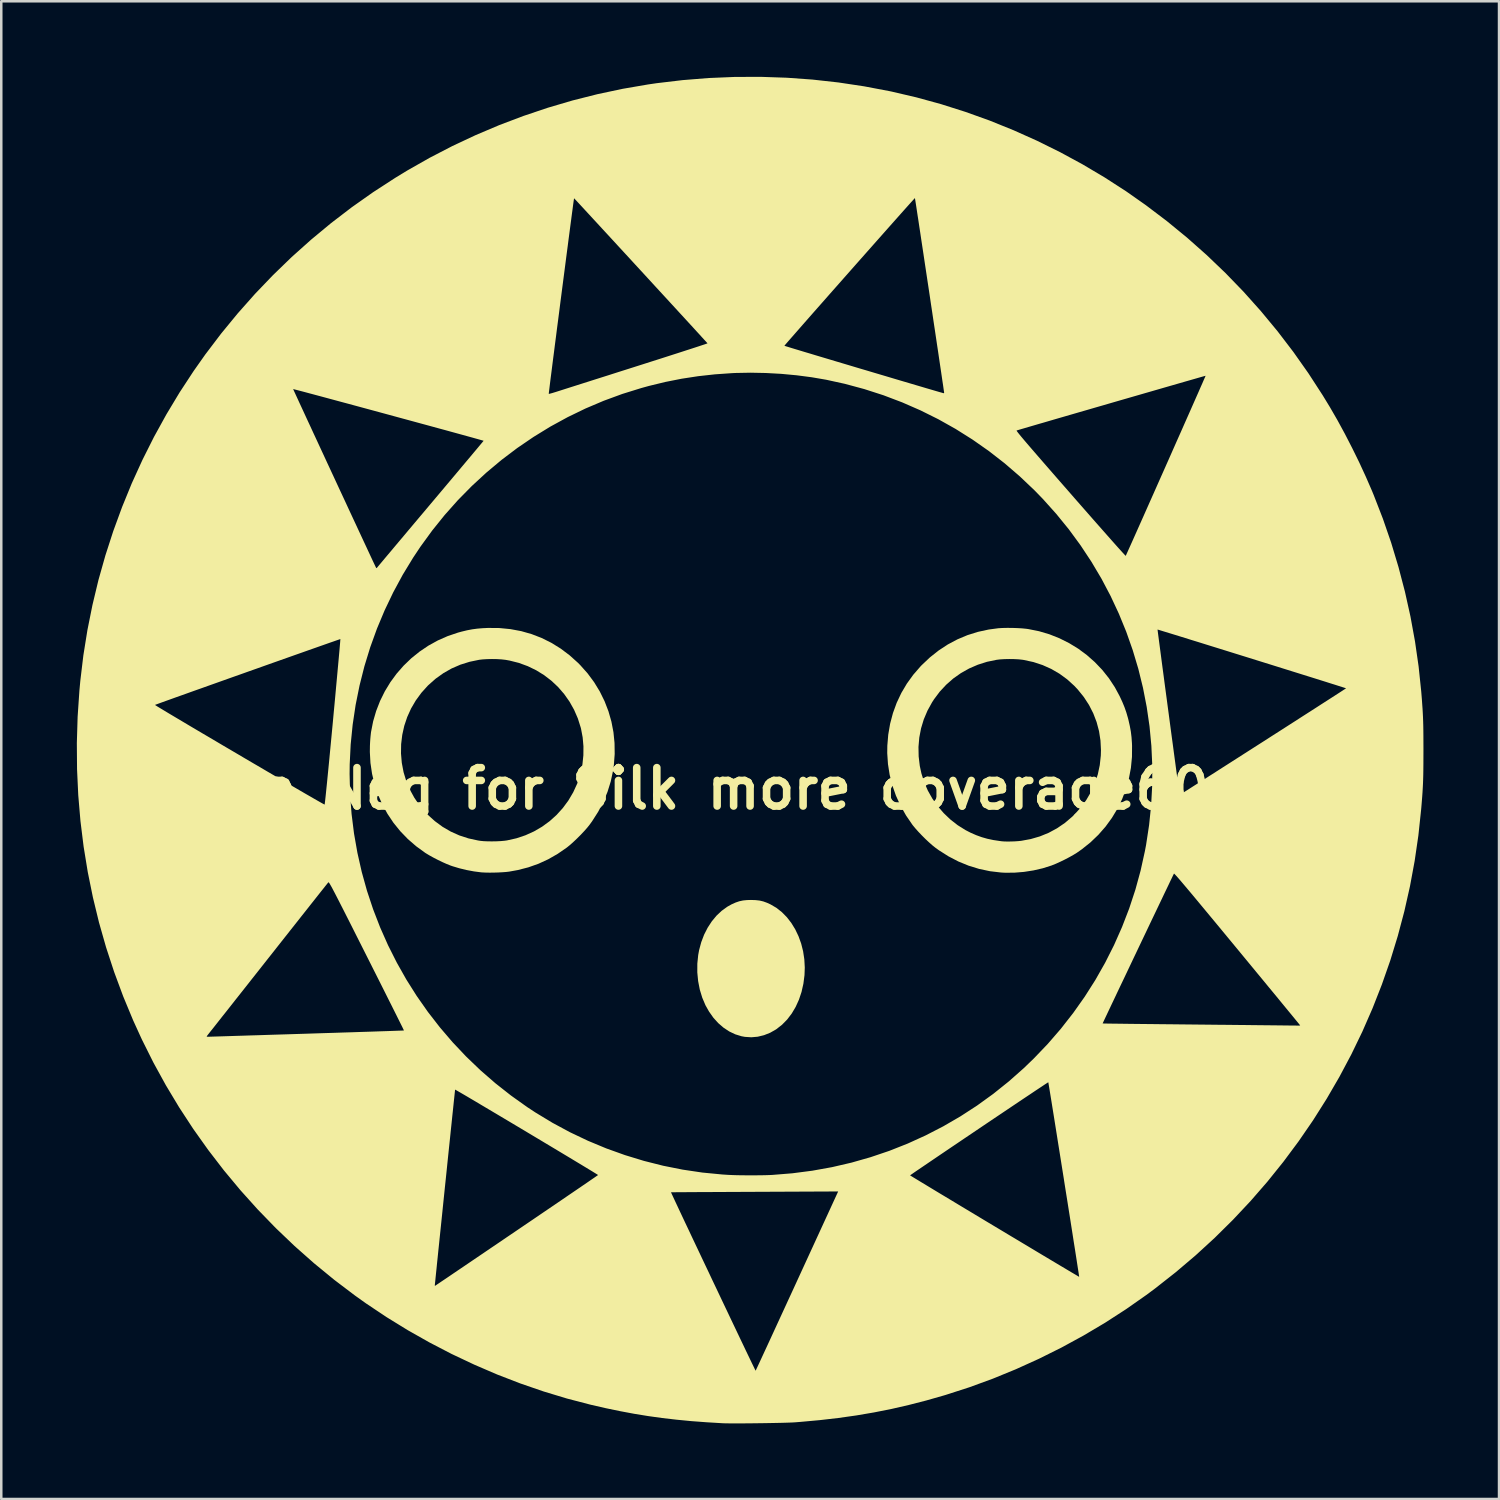
<source format=kicad_pcb>
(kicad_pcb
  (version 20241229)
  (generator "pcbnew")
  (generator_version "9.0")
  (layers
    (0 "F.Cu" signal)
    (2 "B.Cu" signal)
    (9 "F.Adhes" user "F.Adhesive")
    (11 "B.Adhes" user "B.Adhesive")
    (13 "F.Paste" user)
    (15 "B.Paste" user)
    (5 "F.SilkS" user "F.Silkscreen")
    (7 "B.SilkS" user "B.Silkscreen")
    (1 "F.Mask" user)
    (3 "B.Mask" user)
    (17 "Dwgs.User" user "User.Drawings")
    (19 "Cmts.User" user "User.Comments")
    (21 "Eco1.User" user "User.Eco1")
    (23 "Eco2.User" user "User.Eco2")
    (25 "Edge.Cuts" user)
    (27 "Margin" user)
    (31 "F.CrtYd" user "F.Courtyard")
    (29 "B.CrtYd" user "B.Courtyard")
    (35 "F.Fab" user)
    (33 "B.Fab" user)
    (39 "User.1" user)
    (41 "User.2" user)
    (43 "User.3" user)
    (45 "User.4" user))
  (footprint "Sun Neg for Silk more coverage60mm"
    (layer "F.Cu")
    (at 26.758 28.253)
    (property "Reference" "Sun Neg for Silk more coverage60mm" (at 0 0 0) (layer "F.SilkS") (effects (font (size 1.524 1.524) (thickness 0.3))))
    (attr board_only exclude_from_pos_files exclude_from_bom)
    (fp_poly (pts (xy 0.184 4.424) (xy 0.343 4.442) (xy 0.49 4.477) (xy 0.638 4.531) (xy 0.771 4.592) (xy 1.008 4.73) (xy 1.226 4.902) (xy 1.425 5.104) (xy 1.602 5.333) (xy 1.757 5.586) (xy 1.887 5.859) (xy 1.992 6.15) (xy 2.069 6.456) (xy 2.117 6.774) (xy 2.135 7.099) (xy 2.124 7.402) (xy 2.08 7.743) (xy 2.006 8.069) (xy 1.903 8.377) (xy 1.773 8.663) (xy 1.617 8.926) (xy 1.436 9.163) (xy 1.233 9.37) (xy 1.008 9.546) (xy 0.996 9.555) (xy 0.762 9.688) (xy 0.518 9.785) (xy 0.267 9.846) (xy 0.013 9.868) (xy -0.24 9.852) (xy -0.373 9.828) (xy -0.624 9.751) (xy -0.863 9.637) (xy -1.09 9.487) (xy -1.301 9.305) (xy -1.494 9.091) (xy -1.666 8.847) (xy -1.807 8.597) (xy -1.935 8.295) (xy -2.033 7.973) (xy -2.098 7.637) (xy -2.131 7.293) (xy -2.13 6.946) (xy -2.095 6.603) (xy -2.059 6.408) (xy -1.974 6.093) (xy -1.861 5.796) (xy -1.721 5.521) (xy -1.557 5.269) (xy -1.371 5.044) (xy -1.164 4.849) (xy -0.939 4.686) (xy -0.771 4.592) (xy -0.611 4.52) (xy -0.464 4.47) (xy -0.316 4.438) (xy -0.154 4.422) (xy 0 4.418)) (stroke (width 0) (type solid)) (fill yes) (layer "F.SilkS"))
    (fp_poly (pts (xy 10.365 -6.38) (xy 10.567 -6.373) (xy 10.76 -6.362) (xy 10.931 -6.345) (xy 11.009 -6.334) (xy 11.433 -6.249) (xy 11.845 -6.127) (xy 12.243 -5.969) (xy 12.624 -5.778) (xy 12.988 -5.556) (xy 13.33 -5.303) (xy 13.648 -5.022) (xy 13.942 -4.714) (xy 14.207 -4.381) (xy 14.442 -4.025) (xy 14.632 -3.673) (xy 14.739 -3.443) (xy 14.826 -3.232) (xy 14.898 -3.025) (xy 14.961 -2.809) (xy 14.983 -2.723) (xy 15.037 -2.485) (xy 15.077 -2.265) (xy 15.104 -2.044) (xy 15.121 -1.807) (xy 15.125 -1.701) (xy 15.122 -1.259) (xy 15.08 -0.825) (xy 15 -0.4) (xy 14.884 0.012) (xy 14.733 0.411) (xy 14.546 0.795) (xy 14.326 1.16) (xy 14.074 1.506) (xy 13.789 1.831) (xy 13.475 2.132) (xy 13.13 2.408) (xy 12.93 2.548) (xy 12.796 2.63) (xy 12.636 2.72) (xy 12.46 2.812) (xy 12.279 2.9) (xy 12.105 2.979) (xy 11.949 3.042) (xy 11.927 3.051) (xy 11.582 3.16) (xy 11.214 3.245) (xy 10.835 3.304) (xy 10.455 3.335) (xy 10.084 3.337) (xy 9.928 3.329) (xy 9.487 3.277) (xy 9.057 3.186) (xy 8.638 3.057) (xy 8.232 2.891) (xy 7.838 2.686) (xy 7.458 2.445) (xy 7.312 2.339) (xy 7.196 2.246) (xy 7.064 2.129) (xy 6.922 1.996) (xy 6.78 1.854) (xy 6.645 1.712) (xy 6.524 1.577) (xy 6.425 1.457) (xy 6.408 1.435) (xy 6.154 1.064) (xy 5.936 0.678) (xy 5.754 0.28) (xy 5.61 -0.13) (xy 5.504 -0.549) (xy 5.437 -0.975) (xy 5.408 -1.407) (xy 5.411 -1.656) (xy 6.648 -1.656) (xy 6.655 -1.28) (xy 6.7 -0.903) (xy 6.764 -0.606) (xy 6.873 -0.26) (xy 7.018 0.074) (xy 7.197 0.392) (xy 7.408 0.691) (xy 7.647 0.969) (xy 7.913 1.223) (xy 8.202 1.449) (xy 8.513 1.644) (xy 8.717 1.749) (xy 8.939 1.846) (xy 9.157 1.925) (xy 9.381 1.989) (xy 9.622 2.04) (xy 9.89 2.08) (xy 9.958 2.089) (xy 10.057 2.096) (xy 10.184 2.099) (xy 10.327 2.097) (xy 10.473 2.092) (xy 10.612 2.082) (xy 10.722 2.071) (xy 11.102 2.001) (xy 11.467 1.895) (xy 11.815 1.753) (xy 12.145 1.575) (xy 12.457 1.362) (xy 12.748 1.115) (xy 12.828 1.038) (xy 13.086 0.753) (xy 13.309 0.449) (xy 13.498 0.126) (xy 13.65 -0.213) (xy 13.766 -0.567) (xy 13.844 -0.934) (xy 13.885 -1.313) (xy 13.891 -1.529) (xy 13.872 -1.911) (xy 13.814 -2.284) (xy 13.718 -2.644) (xy 13.585 -2.991) (xy 13.416 -3.322) (xy 13.211 -3.637) (xy 12.971 -3.934) (xy 12.832 -4.082) (xy 12.549 -4.339) (xy 12.244 -4.562) (xy 11.919 -4.751) (xy 11.575 -4.905) (xy 11.214 -5.024) (xy 10.836 -5.106) (xy 10.791 -5.114) (xy 10.634 -5.132) (xy 10.451 -5.142) (xy 10.256 -5.145) (xy 10.061 -5.141) (xy 9.881 -5.13) (xy 9.745 -5.113) (xy 9.368 -5.035) (xy 9.006 -4.92) (xy 8.661 -4.771) (xy 8.335 -4.588) (xy 8.03 -4.373) (xy 7.749 -4.126) (xy 7.493 -3.851) (xy 7.265 -3.547) (xy 7.187 -3.426) (xy 7.004 -3.094) (xy 6.858 -2.749) (xy 6.75 -2.392) (xy 6.68 -2.027) (xy 6.648 -1.656) (xy 5.411 -1.656) (xy 5.411 -1.697) (xy 5.448 -2.145) (xy 5.523 -2.58) (xy 5.635 -3.001) (xy 5.783 -3.407) (xy 5.967 -3.797) (xy 6.187 -4.169) (xy 6.442 -4.522) (xy 6.732 -4.856) (xy 6.775 -4.901) (xy 7.102 -5.21) (xy 7.448 -5.484) (xy 7.812 -5.723) (xy 8.194 -5.926) (xy 8.592 -6.093) (xy 9.006 -6.223) (xy 9.435 -6.316) (xy 9.816 -6.367) (xy 9.978 -6.377) (xy 10.164 -6.381)) (stroke (width 0) (type solid)) (fill yes) (layer "F.SilkS"))
    (fp_poly (pts (xy -9.986 -6.375) (xy -9.547 -6.332) (xy -9.119 -6.252) (xy -8.706 -6.134) (xy -8.306 -5.979) (xy -7.921 -5.787) (xy -7.553 -5.559) (xy -7.202 -5.295) (xy -6.869 -4.996) (xy -6.775 -4.901) (xy -6.483 -4.573) (xy -6.225 -4.224) (xy -6.001 -3.856) (xy -5.812 -3.472) (xy -5.658 -3.073) (xy -5.54 -2.662) (xy -5.459 -2.24) (xy -5.416 -1.811) (xy -5.41 -1.375) (xy -5.443 -0.936) (xy -5.477 -0.701) (xy -5.567 -0.283) (xy -5.695 0.128) (xy -5.862 0.529) (xy -6.066 0.918) (xy -6.306 1.294) (xy -6.408 1.435) (xy -6.501 1.551) (xy -6.618 1.683) (xy -6.751 1.825) (xy -6.893 1.967) (xy -7.035 2.102) (xy -7.17 2.224) (xy -7.29 2.322) (xy -7.312 2.339) (xy -7.677 2.591) (xy -8.05 2.804) (xy -8.435 2.981) (xy -8.836 3.123) (xy -9.256 3.231) (xy -9.598 3.293) (xy -9.717 3.307) (xy -9.865 3.318) (xy -10.031 3.327) (xy -10.205 3.332) (xy -10.376 3.334) (xy -10.533 3.331) (xy -10.665 3.325) (xy -10.706 3.322) (xy -10.993 3.285) (xy -11.288 3.23) (xy -11.577 3.16) (xy -11.846 3.079) (xy -11.927 3.051) (xy -12.079 2.99) (xy -12.25 2.914) (xy -12.43 2.827) (xy -12.608 2.735) (xy -12.772 2.644) (xy -12.911 2.56) (xy -12.93 2.548) (xy -13.29 2.286) (xy -13.622 1.998) (xy -13.923 1.686) (xy -14.193 1.351) (xy -14.43 0.996) (xy -14.635 0.622) (xy -14.806 0.232) (xy -14.942 -0.174) (xy -15.041 -0.592) (xy -15.104 -1.021) (xy -15.125 -1.397) (xy -13.892 -1.397) (xy -13.86 -1.023) (xy -13.789 -0.651) (xy -13.683 -0.302) (xy -13.541 0.036) (xy -13.363 0.36) (xy -13.154 0.666) (xy -12.915 0.948) (xy -12.838 1.028) (xy -12.55 1.288) (xy -12.244 1.513) (xy -11.918 1.703) (xy -11.574 1.857) (xy -11.212 1.975) (xy -10.834 2.057) (xy -10.746 2.071) (xy -10.617 2.084) (xy -10.46 2.091) (xy -10.286 2.093) (xy -10.108 2.09) (xy -9.938 2.082) (xy -9.785 2.068) (xy -9.688 2.055) (xy -9.313 1.971) (xy -8.954 1.851) (xy -8.613 1.697) (xy -8.292 1.51) (xy -7.993 1.292) (xy -7.718 1.045) (xy -7.469 0.77) (xy -7.247 0.469) (xy -7.056 0.144) (xy -6.896 -0.204) (xy -6.864 -0.286) (xy -6.761 -0.617) (xy -6.69 -0.965) (xy -6.653 -1.322) (xy -6.65 -1.681) (xy -6.681 -2.035) (xy -6.746 -2.378) (xy -6.757 -2.422) (xy -6.872 -2.786) (xy -7.022 -3.131) (xy -7.204 -3.455) (xy -7.416 -3.756) (xy -7.656 -4.033) (xy -7.923 -4.284) (xy -8.214 -4.507) (xy -8.527 -4.7) (xy -8.861 -4.862) (xy -9.213 -4.991) (xy -9.582 -5.084) (xy -9.745 -5.113) (xy -9.902 -5.131) (xy -10.085 -5.142) (xy -10.28 -5.145) (xy -10.474 -5.141) (xy -10.655 -5.13) (xy -10.791 -5.114) (xy -11.171 -5.035) (xy -11.534 -4.921) (xy -11.881 -4.771) (xy -12.208 -4.585) (xy -12.516 -4.365) (xy -12.803 -4.111) (xy -12.831 -4.084) (xy -13.085 -3.802) (xy -13.306 -3.499) (xy -13.493 -3.179) (xy -13.645 -2.843) (xy -13.762 -2.494) (xy -13.842 -2.135) (xy -13.886 -1.768) (xy -13.892 -1.397) (xy -15.125 -1.397) (xy -15.128 -1.459) (xy -15.125 -1.701) (xy -15.119 -1.833) (xy -15.11 -1.971) (xy -15.098 -2.101) (xy -15.086 -2.209) (xy -15.082 -2.242) (xy -14.998 -2.67) (xy -14.877 -3.084) (xy -14.722 -3.482) (xy -14.534 -3.863) (xy -14.314 -4.225) (xy -14.065 -4.565) (xy -13.787 -4.882) (xy -13.484 -5.174) (xy -13.155 -5.439) (xy -12.804 -5.676) (xy -12.431 -5.882) (xy -12.039 -6.055) (xy -11.629 -6.194) (xy -11.482 -6.234) (xy -11.266 -6.286) (xy -11.065 -6.324) (xy -10.865 -6.351) (xy -10.651 -6.369) (xy -10.437 -6.379)) (stroke (width 0) (type solid)) (fill yes) (layer "F.SilkS"))
    (fp_poly (pts (xy 1.417 -28.218) (xy 2.446 -28.144) (xy 3.471 -28.03) (xy 4.489 -27.877) (xy 5.501 -27.685) (xy 5.574 -27.67) (xy 6.563 -27.439) (xy 7.543 -27.17) (xy 8.513 -26.862) (xy 9.472 -26.518) (xy 10.417 -26.136) (xy 11.348 -25.719) (xy 12.263 -25.267) (xy 13.159 -24.781) (xy 14.036 -24.261) (xy 14.892 -23.708) (xy 15.672 -23.16) (xy 16.505 -22.529) (xy 17.309 -21.87) (xy 18.085 -21.182) (xy 18.832 -20.467) (xy 19.551 -19.724) (xy 20.239 -18.954) (xy 20.898 -18.158) (xy 21.527 -17.335) (xy 22.125 -16.487) (xy 22.692 -15.613) (xy 22.979 -15.142) (xy 23.276 -14.628) (xy 23.572 -14.084) (xy 23.862 -13.52) (xy 24.143 -12.948) (xy 24.407 -12.375) (xy 24.651 -11.814) (xy 24.719 -11.649) (xy 25.081 -10.715) (xy 25.409 -9.764) (xy 25.7 -8.798) (xy 25.956 -7.82) (xy 26.175 -6.835) (xy 26.356 -5.844) (xy 26.499 -4.85) (xy 26.603 -3.858) (xy 26.61 -3.773) (xy 26.628 -3.552) (xy 26.642 -3.354) (xy 26.655 -3.173) (xy 26.665 -3.003) (xy 26.673 -2.837) (xy 26.679 -2.67) (xy 26.684 -2.495) (xy 26.687 -2.306) (xy 26.689 -2.098) (xy 26.69 -1.863) (xy 26.691 -1.596) (xy 26.691 -1.521) (xy 26.69 -1.237) (xy 26.689 -0.987) (xy 26.687 -0.764) (xy 26.684 -0.564) (xy 26.679 -0.379) (xy 26.673 -0.203) (xy 26.664 -0.031) (xy 26.654 0.144) (xy 26.641 0.327) (xy 26.625 0.526) (xy 26.607 0.746) (xy 26.599 0.831) (xy 26.49 1.856) (xy 26.342 2.871) (xy 26.156 3.876) (xy 25.932 4.87) (xy 25.671 5.852) (xy 25.374 6.821) (xy 25.04 7.776) (xy 24.671 8.716) (xy 24.267 9.641) (xy 23.828 10.549) (xy 23.355 11.439) (xy 22.848 12.312) (xy 22.309 13.165) (xy 21.736 13.998) (xy 21.132 14.81) (xy 20.496 15.601) (xy 19.829 16.368) (xy 19.131 17.112) (xy 18.403 17.832) (xy 17.646 18.526) (xy 16.859 19.194) (xy 16.044 19.835) (xy 15.692 20.097) (xy 14.887 20.661) (xy 14.055 21.199) (xy 13.199 21.707) (xy 12.322 22.185) (xy 11.426 22.631) (xy 10.517 23.043) (xy 9.595 23.421) (xy 8.665 23.761) (xy 7.73 24.063) (xy 7.656 24.085) (xy 6.952 24.286) (xy 6.259 24.464) (xy 5.571 24.622) (xy 4.881 24.759) (xy 4.183 24.878) (xy 3.469 24.979) (xy 2.733 25.064) (xy 1.967 25.134) (xy 1.741 25.152) (xy 1.652 25.157) (xy 1.528 25.162) (xy 1.373 25.167) (xy 1.194 25.172) (xy 0.995 25.176) (xy 0.781 25.18) (xy 0.557 25.184) (xy 0.328 25.187) (xy 0.098 25.19) (xy -0.127 25.192) (xy -0.343 25.194) (xy -0.544 25.194) (xy -0.726 25.194) (xy -0.883 25.193) (xy -1.012 25.191) (xy -1.106 25.189) (xy -1.121 25.188) (xy -1.765 25.149) (xy -2.378 25.103) (xy -2.964 25.046) (xy -3.533 24.98) (xy -4.089 24.902) (xy -4.641 24.812) (xy -5.196 24.708) (xy -5.76 24.591) (xy -6.34 24.458) (xy -6.37 24.451) (xy -7.302 24.208) (xy -8.233 23.926) (xy -9.159 23.607) (xy -10.078 23.252) (xy -10.986 22.861) (xy -11.882 22.438) (xy -12.762 21.981) (xy -13.623 21.494) (xy -14.463 20.977) (xy -15.279 20.432) (xy -15.718 20.119) (xy -16.249 19.717) (xy -12.55 19.717) (xy -12.544 19.735) (xy -12.543 19.736) (xy -12.526 19.724) (xy -12.478 19.692) (xy -12.399 19.639) (xy -12.293 19.567) (xy -12.159 19.477) (xy -12 19.37) (xy -11.818 19.246) (xy -11.614 19.108) (xy -11.389 18.956) (xy -11.146 18.791) (xy -10.885 18.614) (xy -10.609 18.427) (xy -10.319 18.23) (xy -10.016 18.025) (xy -9.703 17.812) (xy -9.38 17.593) (xy -9.306 17.543) (xy -8.981 17.322) (xy -8.665 17.108) (xy -8.36 16.9) (xy -8.067 16.701) (xy -7.787 16.511) (xy -7.523 16.331) (xy -7.276 16.162) (xy -7.067 16.02) (xy -3.175 16.02) (xy -3.167 16.039) (xy -3.143 16.092) (xy -3.104 16.176) (xy -3.051 16.29) (xy -2.985 16.432) (xy -2.906 16.6) (xy -2.817 16.791) (xy -2.717 17.003) (xy -2.608 17.235) (xy -2.49 17.483) (xy -2.366 17.747) (xy -2.235 18.024) (xy -2.099 18.311) (xy -1.959 18.607) (xy -1.816 18.909) (xy -1.67 19.216) (xy -1.524 19.526) (xy -1.377 19.835) (xy -1.231 20.143) (xy -1.087 20.447) (xy -0.945 20.745) (xy -0.808 21.034) (xy -0.675 21.313) (xy -0.548 21.58) (xy -0.428 21.832) (xy -0.315 22.068) (xy -0.212 22.285) (xy -0.118 22.481) (xy -0.035 22.654) (xy 0.036 22.802) (xy 0.095 22.923) (xy 0.139 23.014) (xy 0.169 23.074) (xy 0.183 23.101) (xy 0.184 23.102) (xy 0.194 23.083) (xy 0.219 23.029) (xy 0.26 22.942) (xy 0.315 22.824) (xy 0.383 22.677) (xy 0.464 22.502) (xy 0.557 22.301) (xy 0.661 22.076) (xy 0.775 21.829) (xy 0.898 21.561) (xy 1.03 21.274) (xy 1.17 20.97) (xy 1.317 20.651) (xy 1.47 20.318) (xy 1.629 19.974) (xy 1.792 19.619) (xy 1.829 19.538) (xy 3.46 15.988) (xy 0.144 16.003) (xy -0.218 16.005) (xy -0.568 16.006) (xy -0.905 16.008) (xy -1.227 16.009) (xy -1.532 16.011) (xy -1.817 16.012) (xy -2.081 16.013) (xy -2.322 16.015) (xy -2.537 16.016) (xy -2.724 16.017) (xy -2.882 16.018) (xy -3.008 16.019) (xy -3.1 16.019) (xy -3.156 16.02) (xy -3.175 16.02) (xy -7.067 16.02) (xy -7.047 16.006) (xy -6.838 15.864) (xy -6.651 15.736) (xy -6.487 15.624) (xy -6.348 15.528) (xy -6.235 15.451) (xy -6.15 15.392) (xy -6.095 15.354) (xy -6.088 15.349) (xy 6.315 15.349) (xy 6.335 15.362) (xy 6.387 15.394) (xy 6.469 15.444) (xy 6.579 15.511) (xy 6.715 15.594) (xy 6.876 15.691) (xy 7.058 15.801) (xy 7.261 15.924) (xy 7.481 16.057) (xy 7.718 16.199) (xy 7.969 16.35) (xy 8.232 16.509) (xy 8.505 16.673) (xy 8.787 16.842) (xy 9.074 17.015) (xy 9.365 17.19) (xy 9.659 17.366) (xy 9.953 17.542) (xy 10.244 17.717) (xy 10.532 17.889) (xy 10.814 18.058) (xy 11.088 18.222) (xy 11.351 18.38) (xy 11.603 18.531) (xy 11.841 18.673) (xy 12.064 18.806) (xy 12.268 18.928) (xy 12.452 19.037) (xy 12.614 19.134) (xy 12.752 19.216) (xy 12.865 19.282) (xy 12.949 19.332) (xy 13.003 19.364) (xy 13.025 19.376) (xy 13.026 19.376) (xy 13.023 19.355) (xy 13.015 19.296) (xy 13.001 19.202) (xy 12.981 19.074) (xy 12.956 18.914) (xy 12.927 18.724) (xy 12.893 18.506) (xy 12.855 18.262) (xy 12.812 17.993) (xy 12.767 17.702) (xy 12.718 17.39) (xy 12.666 17.06) (xy 12.611 16.714) (xy 12.554 16.352) (xy 12.494 15.978) (xy 12.433 15.593) (xy 12.421 15.512) (xy 12.359 15.125) (xy 12.299 14.748) (xy 12.241 14.384) (xy 12.185 14.034) (xy 12.132 13.701) (xy 12.082 13.386) (xy 12.035 13.091) (xy 11.991 12.818) (xy 11.951 12.569) (xy 11.915 12.346) (xy 11.883 12.15) (xy 11.856 11.984) (xy 11.834 11.85) (xy 11.817 11.749) (xy 11.806 11.683) (xy 11.801 11.655) (xy 11.801 11.654) (xy 11.783 11.664) (xy 11.735 11.695) (xy 11.656 11.746) (xy 11.55 11.817) (xy 11.417 11.905) (xy 11.26 12.009) (xy 11.08 12.13) (xy 10.879 12.264) (xy 10.659 12.411) (xy 10.421 12.571) (xy 10.168 12.741) (xy 9.9 12.921) (xy 9.62 13.109) (xy 9.329 13.305) (xy 9.05 13.493) (xy 8.751 13.695) (xy 8.461 13.89) (xy 8.182 14.079) (xy 7.916 14.258) (xy 7.664 14.429) (xy 7.429 14.588) (xy 7.211 14.736) (xy 7.012 14.871) (xy 6.835 14.991) (xy 6.681 15.096) (xy 6.551 15.184) (xy 6.448 15.255) (xy 6.374 15.307) (xy 6.329 15.338) (xy 6.315 15.349) (xy -6.088 15.349) (xy -6.071 15.337) (xy -6.07 15.336) (xy -6.086 15.324) (xy -6.135 15.293) (xy -6.213 15.245) (xy -6.32 15.179) (xy -6.452 15.099) (xy -6.607 15.005) (xy -6.784 14.898) (xy -6.98 14.78) (xy -7.192 14.652) (xy -7.42 14.515) (xy -7.66 14.371) (xy -7.91 14.221) (xy -8.169 14.066) (xy -8.434 13.907) (xy -8.702 13.747) (xy -8.972 13.585) (xy -9.242 13.424) (xy -9.509 13.265) (xy -9.771 13.109) (xy -10.026 12.957) (xy -10.272 12.811) (xy -10.506 12.672) (xy -10.727 12.541) (xy -10.931 12.419) (xy -11.118 12.309) (xy -11.285 12.21) (xy -11.429 12.126) (xy -11.549 12.056) (xy -11.643 12.002) (xy -11.707 11.965) (xy -11.74 11.947) (xy -11.744 11.946) (xy -11.747 11.966) (xy -11.753 12.025) (xy -11.763 12.118) (xy -11.776 12.244) (xy -11.793 12.401) (xy -11.812 12.586) (xy -11.834 12.796) (xy -11.859 13.031) (xy -11.885 13.286) (xy -11.914 13.56) (xy -11.944 13.851) (xy -11.976 14.155) (xy -12.009 14.472) (xy -12.043 14.798) (xy -12.077 15.131) (xy -12.112 15.469) (xy -12.148 15.81) (xy -12.183 16.15) (xy -12.218 16.489) (xy -12.252 16.823) (xy -12.286 17.15) (xy -12.319 17.468) (xy -12.351 17.774) (xy -12.381 18.067) (xy -12.41 18.343) (xy -12.436 18.601) (xy -12.461 18.838) (xy -12.482 19.051) (xy -12.502 19.24) (xy -12.518 19.4) (xy -12.531 19.53) (xy -12.541 19.628) (xy -12.548 19.691) (xy -12.55 19.716) (xy -12.55 19.717) (xy -16.249 19.717) (xy -16.545 19.492) (xy -17.345 18.836) (xy -18.118 18.152) (xy -18.862 17.441) (xy -19.577 16.704) (xy -20.263 15.941) (xy -20.919 15.153) (xy -21.543 14.342) (xy -22.136 13.508) (xy -22.696 12.652) (xy -23.223 11.775) (xy -23.716 10.878) (xy -24.174 9.961) (xy -24.231 9.837) (xy -21.604 9.837) (xy -21.595 9.847) (xy -21.584 9.848) (xy -21.561 9.847) (xy -21.499 9.846) (xy -21.402 9.843) (xy -21.27 9.839) (xy -21.106 9.834) (xy -20.911 9.828) (xy -20.689 9.821) (xy -20.44 9.813) (xy -20.166 9.805) (xy -19.87 9.795) (xy -19.554 9.786) (xy -19.219 9.775) (xy -18.867 9.764) (xy -18.5 9.753) (xy -18.121 9.741) (xy -17.731 9.729) (xy -17.664 9.727) (xy -17.273 9.714) (xy -16.893 9.702) (xy -16.525 9.691) (xy -16.172 9.679) (xy -15.835 9.669) (xy -15.517 9.658) (xy -15.22 9.649) (xy -14.944 9.64) (xy -14.693 9.631) (xy -14.468 9.624) (xy -14.271 9.617) (xy -14.104 9.611) (xy -13.969 9.606) (xy -13.868 9.603) (xy -13.803 9.6) (xy -13.776 9.598) (xy -13.775 9.598) (xy -13.783 9.58) (xy -13.808 9.528) (xy -13.849 9.443) (xy -13.906 9.329) (xy -13.977 9.187) (xy -14.061 9.018) (xy -14.158 8.824) (xy -14.266 8.608) (xy -14.385 8.371) (xy -14.513 8.115) (xy -14.65 7.842) (xy -14.795 7.553) (xy -14.947 7.252) (xy -15.104 6.939) (xy -15.256 6.638) (xy -15.448 6.257) (xy -15.623 5.91) (xy -15.781 5.596) (xy -15.924 5.312) (xy -16.053 5.058) (xy -16.167 4.832) (xy -16.269 4.633) (xy -16.358 4.458) (xy -16.436 4.306) (xy -16.503 4.176) (xy -16.561 4.066) (xy -16.609 3.974) (xy -16.649 3.899) (xy -16.683 3.84) (xy -16.709 3.794) (xy -16.73 3.761) (xy -16.746 3.738) (xy -16.758 3.724) (xy -16.767 3.718) (xy -16.773 3.717) (xy -16.776 3.719) (xy -16.792 3.738) (xy -16.831 3.787) (xy -16.893 3.864) (xy -16.975 3.968) (xy -17.078 4.097) (xy -17.199 4.25) (xy -17.337 4.425) (xy -17.492 4.62) (xy -17.661 4.835) (xy -17.845 5.067) (xy -18.04 5.314) (xy -18.247 5.576) (xy -18.464 5.851) (xy -18.69 6.137) (xy -18.923 6.433) (xy -19.146 6.715) (xy -19.386 7.019) (xy -19.62 7.316) (xy -19.847 7.603) (xy -20.064 7.879) (xy -20.273 8.143) (xy -20.47 8.392) (xy -20.654 8.626) (xy -20.825 8.843) (xy -20.982 9.04) (xy -21.122 9.218) (xy -21.244 9.373) (xy -21.348 9.505) (xy -21.433 9.611) (xy -21.496 9.691) (xy -21.536 9.742) (xy -21.553 9.763) (xy -21.59 9.812) (xy -21.604 9.837) (xy -24.231 9.837) (xy -24.523 9.197) (xy -24.919 8.243) (xy -25.277 7.277) (xy -25.597 6.3) (xy -25.878 5.313) (xy -26.12 4.317) (xy -26.324 3.313) (xy -26.489 2.301) (xy -26.615 1.282) (xy -26.702 0.257) (xy -26.75 -0.774) (xy -26.758 -1.81) (xy -26.727 -2.85) (xy -26.695 -3.324) (xy -23.655 -3.324) (xy -23.641 -3.313) (xy -23.594 -3.282) (xy -23.516 -3.234) (xy -23.41 -3.17) (xy -23.277 -3.09) (xy -23.12 -2.995) (xy -22.94 -2.888) (xy -22.74 -2.769) (xy -22.521 -2.639) (xy -22.286 -2.499) (xy -22.036 -2.351) (xy -21.774 -2.196) (xy -21.501 -2.036) (xy -21.22 -1.87) (xy -20.933 -1.7) (xy -20.641 -1.529) (xy -20.347 -1.356) (xy -20.052 -1.182) (xy -19.759 -1.01) (xy -19.469 -0.841) (xy -19.186 -0.674) (xy -18.909 -0.513) (xy -18.643 -0.357) (xy -18.388 -0.209) (xy -18.147 -0.068) (xy -17.922 0.063) (xy -17.714 0.184) (xy -17.526 0.292) (xy -17.36 0.388) (xy -17.217 0.47) (xy -17.101 0.536) (xy -17.012 0.586) (xy -16.953 0.618) (xy -16.925 0.632) (xy -16.924 0.632) (xy -16.92 0.612) (xy -16.912 0.554) (xy -16.901 0.46) (xy -16.887 0.331) (xy -16.87 0.17) (xy -16.851 -0.021) (xy -16.828 -0.242) (xy -16.804 -0.488) (xy -16.795 -0.58) (xy -15.932 -0.58) (xy -15.913 0.212) (xy -15.854 0.999) (xy -15.757 1.777) (xy -15.622 2.546) (xy -15.45 3.306) (xy -15.242 4.053) (xy -14.998 4.788) (xy -14.719 5.509) (xy -14.406 6.215) (xy -14.059 6.904) (xy -13.679 7.577) (xy -13.267 8.23) (xy -12.823 8.863) (xy -12.347 9.476) (xy -11.842 10.066) (xy -11.306 10.633) (xy -10.742 11.174) (xy -10.149 11.69) (xy -9.528 12.179) (xy -8.881 12.64) (xy -8.555 12.854) (xy -7.879 13.263) (xy -7.185 13.637) (xy -6.472 13.976) (xy -5.744 14.279) (xy -5.002 14.545) (xy -4.248 14.775) (xy -3.483 14.968) (xy -2.71 15.122) (xy -1.929 15.238) (xy -1.143 15.314) (xy -0.901 15.33) (xy -0.739 15.337) (xy -0.546 15.343) (xy -0.334 15.346) (xy -0.109 15.348) (xy 0.119 15.348) (xy 0.34 15.346) (xy 0.546 15.343) (xy 0.728 15.337) (xy 0.841 15.332) (xy 1.642 15.267) (xy 2.435 15.164) (xy 3.217 15.023) (xy 3.988 14.844) (xy 4.746 14.628) (xy 5.491 14.376) (xy 6.221 14.087) (xy 6.935 13.762) (xy 7.633 13.402) (xy 8.312 13.008) (xy 8.973 12.579) (xy 9.614 12.116) (xy 10.233 11.62) (xy 10.831 11.091) (xy 11.228 10.708) (xy 11.78 10.131) (xy 12.301 9.529) (xy 12.464 9.32) (xy 13.957 9.32) (xy 13.978 9.321) (xy 14.036 9.322) (xy 14.131 9.324) (xy 14.259 9.326) (xy 14.42 9.328) (xy 14.612 9.33) (xy 14.831 9.333) (xy 15.077 9.336) (xy 15.348 9.339) (xy 15.641 9.342) (xy 15.954 9.345) (xy 16.286 9.349) (xy 16.635 9.352) (xy 16.999 9.356) (xy 17.375 9.36) (xy 17.763 9.364) (xy 17.775 9.364) (xy 18.164 9.368) (xy 18.544 9.372) (xy 18.911 9.375) (xy 19.265 9.379) (xy 19.602 9.382) (xy 19.922 9.386) (xy 20.222 9.389) (xy 20.5 9.392) (xy 20.754 9.394) (xy 20.982 9.397) (xy 21.182 9.399) (xy 21.352 9.401) (xy 21.49 9.402) (xy 21.594 9.403) (xy 21.662 9.404) (xy 21.692 9.405) (xy 21.751 9.404) (xy 21.789 9.401) (xy 21.797 9.397) (xy 21.785 9.38) (xy 21.748 9.335) (xy 21.688 9.261) (xy 21.606 9.161) (xy 21.504 9.036) (xy 21.382 8.888) (xy 21.242 8.718) (xy 21.085 8.527) (xy 20.913 8.317) (xy 20.726 8.09) (xy 20.525 7.847) (xy 20.313 7.589) (xy 20.089 7.318) (xy 19.856 7.035) (xy 19.615 6.743) (xy 19.366 6.441) (xy 19.302 6.363) (xy 18.99 5.986) (xy 18.703 5.638) (xy 18.44 5.32) (xy 18.199 5.03) (xy 17.981 4.767) (xy 17.784 4.53) (xy 17.608 4.318) (xy 17.451 4.13) (xy 17.313 3.966) (xy 17.193 3.824) (xy 17.091 3.703) (xy 17.005 3.603) (xy 16.934 3.521) (xy 16.879 3.459) (xy 16.837 3.414) (xy 16.809 3.385) (xy 16.793 3.372) (xy 16.789 3.371) (xy 16.776 3.397) (xy 16.747 3.456) (xy 16.704 3.546) (xy 16.646 3.665) (xy 16.577 3.811) (xy 16.496 3.98) (xy 16.404 4.171) (xy 16.304 4.382) (xy 16.195 4.61) (xy 16.079 4.853) (xy 15.957 5.108) (xy 15.83 5.374) (xy 15.7 5.648) (xy 15.567 5.927) (xy 15.432 6.21) (xy 15.297 6.494) (xy 15.162 6.777) (xy 15.03 7.056) (xy 14.9 7.33) (xy 14.774 7.595) (xy 14.652 7.85) (xy 14.537 8.092) (xy 14.43 8.319) (xy 14.33 8.529) (xy 14.24 8.719) (xy 14.16 8.888) (xy 14.092 9.032) (xy 14.037 9.149) (xy 13.995 9.238) (xy 13.968 9.296) (xy 13.958 9.32) (xy 13.957 9.32) (xy 12.464 9.32) (xy 12.789 8.905) (xy 13.245 8.26) (xy 13.668 7.595) (xy 14.056 6.911) (xy 14.41 6.209) (xy 14.728 5.491) (xy 15.011 4.758) (xy 15.257 4.011) (xy 15.465 3.251) (xy 15.635 2.48) (xy 15.682 2.232) (xy 15.802 1.443) (xy 15.883 0.654) (xy 15.925 -0.133) (xy 15.928 -0.917) (xy 15.892 -1.698) (xy 15.819 -2.473) (xy 15.707 -3.242) (xy 15.559 -4.003) (xy 15.374 -4.755) (xy 15.152 -5.497) (xy 14.895 -6.227) (xy 14.859 -6.315) (xy 16.137 -6.315) (xy 16.139 -6.295) (xy 16.146 -6.238) (xy 16.158 -6.146) (xy 16.174 -6.023) (xy 16.194 -5.87) (xy 16.218 -5.689) (xy 16.245 -5.485) (xy 16.275 -5.258) (xy 16.307 -5.012) (xy 16.342 -4.749) (xy 16.379 -4.472) (xy 16.417 -4.183) (xy 16.457 -3.885) (xy 16.498 -3.58) (xy 16.539 -3.271) (xy 16.581 -2.96) (xy 16.622 -2.65) (xy 16.663 -2.343) (xy 16.703 -2.043) (xy 16.743 -1.751) (xy 16.78 -1.47) (xy 16.816 -1.202) (xy 16.85 -0.951) (xy 16.881 -0.718) (xy 16.91 -0.506) (xy 16.936 -0.318) (xy 16.958 -0.157) (xy 16.976 -0.024) (xy 16.99 0.078) (xy 17 0.146) (xy 17.004 0.176) (xy 17.016 0.219) (xy 17.031 0.237) (xy 17.033 0.236) (xy 17.052 0.225) (xy 17.102 0.193) (xy 17.183 0.142) (xy 17.293 0.072) (xy 17.43 -0.015) (xy 17.592 -0.119) (xy 17.779 -0.237) (xy 17.988 -0.371) (xy 18.217 -0.517) (xy 18.466 -0.676) (xy 18.731 -0.846) (xy 19.013 -1.026) (xy 19.309 -1.215) (xy 19.618 -1.413) (xy 19.937 -1.617) (xy 20.266 -1.827) (xy 20.335 -1.871) (xy 20.665 -2.083) (xy 20.986 -2.288) (xy 21.296 -2.487) (xy 21.594 -2.678) (xy 21.878 -2.861) (xy 22.147 -3.033) (xy 22.398 -3.194) (xy 22.63 -3.344) (xy 22.842 -3.48) (xy 23.032 -3.602) (xy 23.198 -3.709) (xy 23.339 -3.8) (xy 23.453 -3.874) (xy 23.539 -3.93) (xy 23.594 -3.966) (xy 23.617 -3.982) (xy 23.618 -3.983) (xy 23.599 -3.99) (xy 23.545 -4.008) (xy 23.456 -4.036) (xy 23.336 -4.074) (xy 23.187 -4.122) (xy 23.01 -4.177) (xy 22.809 -4.241) (xy 22.585 -4.311) (xy 22.341 -4.388) (xy 22.078 -4.47) (xy 21.8 -4.557) (xy 21.508 -4.648) (xy 21.204 -4.743) (xy 20.891 -4.841) (xy 20.572 -4.941) (xy 20.247 -5.042) (xy 19.92 -5.144) (xy 19.593 -5.246) (xy 19.268 -5.347) (xy 18.947 -5.447) (xy 18.632 -5.545) (xy 18.326 -5.64) (xy 18.03 -5.732) (xy 17.748 -5.82) (xy 17.481 -5.902) (xy 17.232 -5.98) (xy 17.003 -6.051) (xy 16.795 -6.115) (xy 16.612 -6.171) (xy 16.455 -6.219) (xy 16.327 -6.258) (xy 16.23 -6.288) (xy 16.167 -6.307) (xy 16.138 -6.315) (xy 16.137 -6.315) (xy 14.859 -6.315) (xy 14.601 -6.945) (xy 14.273 -7.648) (xy 13.91 -8.336) (xy 13.512 -9.007) (xy 13.08 -9.66) (xy 12.615 -10.294) (xy 12.116 -10.907) (xy 11.585 -11.499) (xy 11.257 -11.837) (xy 10.675 -12.39) (xy 10.071 -12.911) (xy 9.444 -13.399) (xy 8.795 -13.854) (xy 8.231 -14.209) (xy 10.543 -14.209) (xy 10.552 -14.192) (xy 10.572 -14.164) (xy 10.603 -14.123) (xy 10.647 -14.068) (xy 10.704 -13.998) (xy 10.776 -13.912) (xy 10.864 -13.808) (xy 10.968 -13.686) (xy 11.09 -13.544) (xy 11.231 -13.381) (xy 11.391 -13.196) (xy 11.572 -12.987) (xy 11.775 -12.754) (xy 12.001 -12.494) (xy 12.25 -12.208) (xy 12.525 -11.894) (xy 12.683 -11.713) (xy 12.92 -11.441) (xy 13.15 -11.179) (xy 13.372 -10.926) (xy 13.584 -10.684) (xy 13.785 -10.456) (xy 13.973 -10.243) (xy 14.147 -10.046) (xy 14.306 -9.866) (xy 14.448 -9.706) (xy 14.572 -9.567) (xy 14.677 -9.451) (xy 14.761 -9.358) (xy 14.822 -9.292) (xy 14.86 -9.252) (xy 14.873 -9.241) (xy 14.883 -9.26) (xy 14.908 -9.315) (xy 14.948 -9.403) (xy 15.001 -9.521) (xy 15.068 -9.67) (xy 15.147 -9.846) (xy 15.237 -10.048) (xy 15.338 -10.275) (xy 15.449 -10.524) (xy 15.569 -10.793) (xy 15.697 -11.082) (xy 15.833 -11.388) (xy 15.976 -11.709) (xy 16.124 -12.043) (xy 16.278 -12.39) (xy 16.437 -12.747) (xy 16.469 -12.82) (xy 16.628 -13.178) (xy 16.782 -13.527) (xy 16.931 -13.864) (xy 17.075 -14.187) (xy 17.211 -14.496) (xy 17.34 -14.787) (xy 17.461 -15.06) (xy 17.572 -15.312) (xy 17.674 -15.543) (xy 17.765 -15.749) (xy 17.844 -15.93) (xy 17.912 -16.083) (xy 17.966 -16.208) (xy 18.007 -16.301) (xy 18.033 -16.361) (xy 18.044 -16.387) (xy 18.044 -16.388) (xy 18.025 -16.383) (xy 17.97 -16.368) (xy 17.88 -16.343) (xy 17.759 -16.308) (xy 17.609 -16.265) (xy 17.431 -16.214) (xy 17.228 -16.156) (xy 17.003 -16.091) (xy 16.757 -16.02) (xy 16.493 -15.944) (xy 16.213 -15.863) (xy 15.919 -15.778) (xy 15.614 -15.69) (xy 15.3 -15.599) (xy 14.978 -15.506) (xy 14.652 -15.412) (xy 14.324 -15.317) (xy 13.995 -15.221) (xy 13.669 -15.127) (xy 13.346 -15.033) (xy 13.031 -14.942) (xy 12.724 -14.853) (xy 12.428 -14.767) (xy 12.145 -14.685) (xy 11.878 -14.607) (xy 11.629 -14.534) (xy 11.399 -14.468) (xy 11.192 -14.407) (xy 11.01 -14.354) (xy 10.854 -14.308) (xy 10.727 -14.271) (xy 10.632 -14.243) (xy 10.57 -14.224) (xy 10.544 -14.216) (xy 10.544 -14.216) (xy 10.543 -14.209) (xy 8.231 -14.209) (xy 8.125 -14.276) (xy 7.436 -14.663) (xy 6.728 -15.015) (xy 6.002 -15.332) (xy 5.259 -15.614) (xy 4.5 -15.859) (xy 3.726 -16.068) (xy 2.982 -16.231) (xy 2.411 -16.329) (xy 1.814 -16.407) (xy 1.204 -16.464) (xy 0.59 -16.498) (xy -0.017 -16.51) (xy -0.608 -16.499) (xy -0.741 -16.493) (xy -1.431 -16.445) (xy -2.098 -16.371) (xy -2.751 -16.271) (xy -3.398 -16.143) (xy -4.049 -15.985) (xy -4.353 -15.901) (xy -5.107 -15.667) (xy -5.847 -15.395) (xy -6.57 -15.088) (xy -7.276 -14.746) (xy -7.964 -14.37) (xy -8.632 -13.96) (xy -9.279 -13.519) (xy -9.904 -13.046) (xy -10.505 -12.543) (xy -11.082 -12.011) (xy -11.634 -11.45) (xy -12.158 -10.861) (xy -12.653 -10.246) (xy -13.119 -9.605) (xy -13.411 -9.167) (xy -13.823 -8.49) (xy -14.199 -7.794) (xy -14.54 -7.081) (xy -14.845 -6.353) (xy -15.113 -5.612) (xy -15.344 -4.859) (xy -15.537 -4.095) (xy -15.693 -3.322) (xy -15.81 -2.541) (xy -15.889 -1.755) (xy -15.928 -0.964) (xy -15.932 -0.58) (xy -16.795 -0.58) (xy -16.777 -0.76) (xy -16.748 -1.055) (xy -16.718 -1.371) (xy -16.686 -1.706) (xy -16.652 -2.059) (xy -16.617 -2.428) (xy -16.596 -2.65) (xy -16.563 -3.008) (xy -16.53 -3.356) (xy -16.499 -3.69) (xy -16.47 -4.01) (xy -16.442 -4.312) (xy -16.416 -4.595) (xy -16.392 -4.857) (xy -16.37 -5.096) (xy -16.351 -5.309) (xy -16.334 -5.495) (xy -16.321 -5.651) (xy -16.31 -5.775) (xy -16.303 -5.865) (xy -16.299 -5.92) (xy -16.298 -5.937) (xy -16.317 -5.931) (xy -16.372 -5.912) (xy -16.46 -5.882) (xy -16.579 -5.84) (xy -16.727 -5.789) (xy -16.902 -5.727) (xy -17.101 -5.657) (xy -17.322 -5.579) (xy -17.564 -5.494) (xy -17.823 -5.402) (xy -18.098 -5.305) (xy -18.386 -5.203) (xy -18.686 -5.097) (xy -18.994 -4.988) (xy -19.309 -4.876) (xy -19.629 -4.762) (xy -19.952 -4.648) (xy -20.274 -4.533) (xy -20.594 -4.42) (xy -20.911 -4.307) (xy -21.22 -4.197) (xy -21.521 -4.09) (xy -21.812 -3.986) (xy -22.089 -3.888) (xy -22.351 -3.794) (xy -22.595 -3.707) (xy -22.82 -3.627) (xy -23.022 -3.554) (xy -23.201 -3.49) (xy -23.353 -3.435) (xy -23.477 -3.39) (xy -23.57 -3.356) (xy -23.63 -3.334) (xy -23.655 -3.324) (xy -23.655 -3.324) (xy -26.695 -3.324) (xy -26.656 -3.893) (xy -26.62 -4.283) (xy -26.499 -5.292) (xy -26.338 -6.295) (xy -26.138 -7.291) (xy -25.901 -8.279) (xy -25.625 -9.257) (xy -25.312 -10.224) (xy -24.962 -11.179) (xy -24.577 -12.121) (xy -24.155 -13.047) (xy -23.698 -13.958) (xy -23.206 -14.851) (xy -22.68 -15.726) (xy -22.592 -15.86) (xy -18.172 -15.86) (xy -18.164 -15.841) (xy -18.141 -15.789) (xy -18.102 -15.705) (xy -18.049 -15.59) (xy -17.984 -15.448) (xy -17.907 -15.28) (xy -17.818 -15.089) (xy -17.72 -14.876) (xy -17.613 -14.644) (xy -17.497 -14.395) (xy -17.375 -14.13) (xy -17.246 -13.853) (xy -17.113 -13.565) (xy -16.975 -13.268) (xy -16.835 -12.965) (xy -16.692 -12.657) (xy -16.548 -12.347) (xy -16.404 -12.036) (xy -16.261 -11.728) (xy -16.119 -11.424) (xy -15.981 -11.125) (xy -15.846 -10.835) (xy -15.716 -10.556) (xy -15.592 -10.289) (xy -15.475 -10.037) (xy -15.365 -9.801) (xy -15.264 -9.585) (xy -15.173 -9.389) (xy -15.093 -9.217) (xy -15.024 -9.069) (xy -14.968 -8.95) (xy -14.925 -8.86) (xy -14.897 -8.801) (xy -14.886 -8.778) (xy -14.868 -8.752) (xy -14.851 -8.761) (xy -14.844 -8.77) (xy -14.829 -8.788) (xy -14.789 -8.836) (xy -14.727 -8.91) (xy -14.642 -9.011) (xy -14.538 -9.136) (xy -14.414 -9.283) (xy -14.273 -9.45) (xy -14.116 -9.638) (xy -13.944 -9.842) (xy -13.758 -10.063) (xy -13.561 -10.298) (xy -13.353 -10.545) (xy -13.135 -10.804) (xy -12.909 -11.072) (xy -12.72 -11.297) (xy -12.489 -11.571) (xy -12.265 -11.837) (xy -12.05 -12.093) (xy -11.844 -12.338) (xy -11.65 -12.569) (xy -11.468 -12.786) (xy -11.3 -12.986) (xy -11.146 -13.169) (xy -11.01 -13.332) (xy -10.891 -13.473) (xy -10.792 -13.592) (xy -10.713 -13.687) (xy -10.656 -13.755) (xy -10.622 -13.796) (xy -10.613 -13.808) (xy -10.632 -13.814) (xy -10.687 -13.83) (xy -10.776 -13.855) (xy -10.897 -13.889) (xy -11.047 -13.931) (xy -11.225 -13.98) (xy -11.428 -14.036) (xy -11.654 -14.098) (xy -11.901 -14.166) (xy -12.166 -14.239) (xy -12.447 -14.315) (xy -12.742 -14.396) (xy -13.048 -14.479) (xy -13.364 -14.565) (xy -13.687 -14.653) (xy -14.015 -14.742) (xy -14.345 -14.832) (xy -14.676 -14.922) (xy -15.004 -15.011) (xy -15.329 -15.099) (xy -15.647 -15.185) (xy -15.956 -15.269) (xy -16.255 -15.349) (xy -16.54 -15.426) (xy -16.81 -15.499) (xy -17.062 -15.567) (xy -17.294 -15.629) (xy -17.446 -15.67) (xy -8.027 -15.67) (xy -8.009 -15.671) (xy -7.96 -15.683) (xy -7.886 -15.703) (xy -7.795 -15.731) (xy -7.761 -15.741) (xy -7.711 -15.757) (xy -7.626 -15.784) (xy -7.507 -15.822) (xy -7.357 -15.87) (xy -7.178 -15.927) (xy -6.973 -15.992) (xy -6.744 -16.065) (xy -6.492 -16.145) (xy -6.222 -16.231) (xy -5.934 -16.322) (xy -5.631 -16.418) (xy -5.316 -16.519) (xy -4.991 -16.622) (xy -4.658 -16.728) (xy -4.608 -16.744) (xy -4.28 -16.848) (xy -3.962 -16.95) (xy -3.656 -17.047) (xy -3.366 -17.14) (xy -3.092 -17.228) (xy -2.837 -17.31) (xy -2.603 -17.386) (xy -2.392 -17.454) (xy -2.207 -17.514) (xy -2.048 -17.566) (xy -2.01 -17.579) (xy 1.326 -17.579) (xy 1.345 -17.572) (xy 1.399 -17.555) (xy 1.487 -17.528) (xy 1.606 -17.491) (xy 1.754 -17.446) (xy 1.927 -17.394) (xy 2.125 -17.334) (xy 2.344 -17.269) (xy 2.581 -17.197) (xy 2.836 -17.121) (xy 3.104 -17.041) (xy 3.383 -16.957) (xy 3.672 -16.871) (xy 3.968 -16.783) (xy 4.267 -16.693) (xy 4.569 -16.604) (xy 4.87 -16.514) (xy 5.167 -16.426) (xy 5.46 -16.339) (xy 5.744 -16.254) (xy 6.018 -16.173) (xy 6.279 -16.096) (xy 6.525 -16.023) (xy 6.753 -15.956) (xy 6.961 -15.894) (xy 7.146 -15.84) (xy 7.306 -15.793) (xy 7.439 -15.754) (xy 7.542 -15.725) (xy 7.612 -15.705) (xy 7.648 -15.695) (xy 7.651 -15.695) (xy 7.667 -15.707) (xy 7.667 -15.707) (xy 7.664 -15.73) (xy 7.656 -15.79) (xy 7.642 -15.885) (xy 7.624 -16.013) (xy 7.6 -16.17) (xy 7.573 -16.356) (xy 7.542 -16.566) (xy 7.507 -16.801) (xy 7.469 -17.056) (xy 7.429 -17.329) (xy 7.385 -17.619) (xy 7.34 -17.923) (xy 7.293 -18.238) (xy 7.244 -18.563) (xy 7.195 -18.895) (xy 7.144 -19.231) (xy 7.094 -19.57) (xy 7.043 -19.908) (xy 6.992 -20.245) (xy 6.942 -20.577) (xy 6.893 -20.901) (xy 6.846 -21.217) (xy 6.8 -21.521) (xy 6.756 -21.811) (xy 6.715 -22.086) (xy 6.676 -22.341) (xy 6.641 -22.576) (xy 6.608 -22.787) (xy 6.58 -22.973) (xy 6.556 -23.132) (xy 6.536 -23.26) (xy 6.521 -23.356) (xy 6.511 -23.417) (xy 6.507 -23.441) (xy 6.507 -23.441) (xy 6.493 -23.427) (xy 6.454 -23.385) (xy 6.392 -23.316) (xy 6.308 -23.223) (xy 6.204 -23.107) (xy 6.081 -22.969) (xy 5.941 -22.812) (xy 5.785 -22.636) (xy 5.615 -22.445) (xy 5.433 -22.24) (xy 5.24 -22.022) (xy 5.037 -21.793) (xy 4.827 -21.556) (xy 4.61 -21.311) (xy 4.388 -21.06) (xy 4.163 -20.806) (xy 3.937 -20.55) (xy 3.71 -20.293) (xy 3.485 -20.038) (xy 3.262 -19.786) (xy 3.044 -19.539) (xy 2.833 -19.299) (xy 2.628 -19.067) (xy 2.433 -18.846) (xy 2.249 -18.636) (xy 2.077 -18.441) (xy 1.919 -18.26) (xy 1.776 -18.097) (xy 1.65 -17.953) (xy 1.542 -17.83) (xy 1.454 -17.729) (xy 1.388 -17.653) (xy 1.345 -17.602) (xy 1.327 -17.58) (xy 1.326 -17.579) (xy -2.01 -17.579) (xy -1.919 -17.609) (xy -1.821 -17.641) (xy -1.757 -17.664) (xy -1.727 -17.675) (xy -1.726 -17.676) (xy -1.74 -17.692) (xy -1.779 -17.736) (xy -1.843 -17.805) (xy -1.929 -17.899) (xy -2.035 -18.016) (xy -2.161 -18.153) (xy -2.304 -18.31) (xy -2.464 -18.484) (xy -2.637 -18.673) (xy -2.824 -18.876) (xy -3.022 -19.092) (xy -3.229 -19.317) (xy -3.445 -19.552) (xy -3.667 -19.793) (xy -3.894 -20.04) (xy -4.124 -20.291) (xy -4.356 -20.543) (xy -4.588 -20.795) (xy -4.818 -21.046) (xy -5.046 -21.293) (xy -5.269 -21.535) (xy -5.485 -21.77) (xy -5.694 -21.997) (xy -5.894 -22.213) (xy -6.082 -22.418) (xy -6.258 -22.608) (xy -6.42 -22.784) (xy -6.566 -22.942) (xy -6.694 -23.081) (xy -6.804 -23.2) (xy -6.893 -23.296) (xy -6.96 -23.368) (xy -7.004 -23.414) (xy -7.022 -23.433) (xy -7.022 -23.433) (xy -7.026 -23.414) (xy -7.034 -23.358) (xy -7.047 -23.266) (xy -7.064 -23.142) (xy -7.084 -22.987) (xy -7.109 -22.804) (xy -7.136 -22.595) (xy -7.167 -22.363) (xy -7.2 -22.11) (xy -7.236 -21.838) (xy -7.273 -21.549) (xy -7.313 -21.246) (xy -7.354 -20.931) (xy -7.396 -20.606) (xy -7.439 -20.275) (xy -7.483 -19.938) (xy -7.527 -19.599) (xy -7.571 -19.259) (xy -7.614 -18.921) (xy -7.657 -18.588) (xy -7.7 -18.261) (xy -7.74 -17.943) (xy -7.78 -17.637) (xy -7.817 -17.344) (xy -7.853 -17.067) (xy -7.886 -16.808) (xy -7.916 -16.57) (xy -7.944 -16.354) (xy -7.968 -16.164) (xy -7.988 -16.001) (xy -8.004 -15.868) (xy -8.017 -15.767) (xy -8.024 -15.701) (xy -8.027 -15.671) (xy -8.027 -15.67) (xy -17.446 -15.67) (xy -17.504 -15.685) (xy -17.689 -15.735) (xy -17.848 -15.777) (xy -17.978 -15.811) (xy -18.076 -15.836) (xy -18.141 -15.853) (xy -18.17 -15.86) (xy -18.172 -15.86) (xy -22.592 -15.86) (xy -22.12 -16.58) (xy -21.659 -17.234) (xy -21.031 -18.062) (xy -20.373 -18.863) (xy -19.686 -19.638) (xy -18.971 -20.384) (xy -18.229 -21.102) (xy -17.46 -21.79) (xy -16.665 -22.449) (xy -15.845 -23.077) (xy -15 -23.673) (xy -14.132 -24.237) (xy -13.648 -24.532) (xy -12.761 -25.036) (xy -11.854 -25.506) (xy -10.929 -25.94) (xy -9.987 -26.339) (xy -9.031 -26.701) (xy -8.062 -27.027) (xy -7.081 -27.316) (xy -6.091 -27.566) (xy -5.091 -27.778) (xy -4.085 -27.951) (xy -3.743 -28.001) (xy -2.714 -28.123) (xy -1.682 -28.206) (xy -0.649 -28.249) (xy 0.385 -28.253)) (stroke (width 0) (type solid)) (fill yes) (layer "F.SilkS")))
  (gr_rect
    (start -3 -3)
    (end 56.449 56.447)
    (stroke (width 0.1) (type default))
    (fill no)
    (layer "Edge.Cuts")))
</source>
